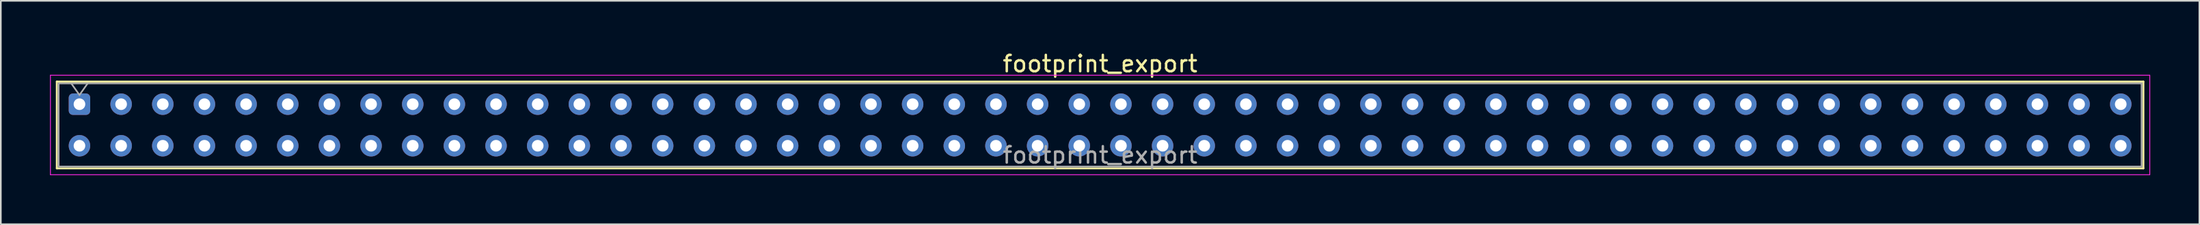
<source format=kicad_pcb>
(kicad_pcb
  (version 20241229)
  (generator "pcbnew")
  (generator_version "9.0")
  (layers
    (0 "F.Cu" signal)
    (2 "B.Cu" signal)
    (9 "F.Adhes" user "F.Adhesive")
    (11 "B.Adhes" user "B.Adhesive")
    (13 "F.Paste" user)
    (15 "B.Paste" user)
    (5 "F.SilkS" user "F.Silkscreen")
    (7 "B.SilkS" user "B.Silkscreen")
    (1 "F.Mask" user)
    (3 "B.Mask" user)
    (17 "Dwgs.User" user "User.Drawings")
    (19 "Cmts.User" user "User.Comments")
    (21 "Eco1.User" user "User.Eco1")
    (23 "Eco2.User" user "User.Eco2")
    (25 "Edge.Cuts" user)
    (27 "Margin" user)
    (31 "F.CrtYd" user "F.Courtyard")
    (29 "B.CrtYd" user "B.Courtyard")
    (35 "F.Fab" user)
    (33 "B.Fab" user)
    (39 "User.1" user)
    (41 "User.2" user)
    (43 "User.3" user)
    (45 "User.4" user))
  (footprint "footprint_export"
    (layer "F.Cu")
    (at 1.795 3.318)
    (property "Reference" "footprint_export" (at 62.23 -2.47 0) (layer "F.SilkS") (effects (font (size 1 1) (thickness 0.15))))
    (attr through_hole)
    (fp_line (start -1.38 -1.38) (end 125.84 -1.38) (stroke (width 0.12) (type solid)) (layer "F.SilkS"))
    (fp_line (start -1.38 3.92) (end -1.38 -1.38) (stroke (width 0.12) (type solid)) (layer "F.SilkS"))
    (fp_line (start 125.84 -1.38) (end 125.84 3.92) (stroke (width 0.12) (type solid)) (layer "F.SilkS"))
    (fp_line (start 125.84 3.92) (end -1.38 3.92) (stroke (width 0.12) (type solid)) (layer "F.SilkS"))
    (fp_line (start -1.77 -1.77) (end 126.23 -1.77) (stroke (width 0.05) (type solid)) (layer "F.CrtYd"))
    (fp_line (start -1.77 4.31) (end -1.77 -1.77) (stroke (width 0.05) (type solid)) (layer "F.CrtYd"))
    (fp_line (start 126.23 -1.77) (end 126.23 4.31) (stroke (width 0.05) (type solid)) (layer "F.CrtYd"))
    (fp_line (start 126.23 4.31) (end -1.77 4.31) (stroke (width 0.05) (type solid)) (layer "F.CrtYd"))
    (fp_line (start -1.27 -1.27) (end 125.73 -1.27) (stroke (width 0.1) (type solid)) (layer "F.Fab"))
    (fp_line (start -1.27 3.81) (end -1.27 -1.27) (stroke (width 0.1) (type solid)) (layer "F.Fab"))
    (fp_line (start -0.5 -1.27) (end 0 -0.563) (stroke (width 0.1) (type solid)) (layer "F.Fab"))
    (fp_line (start 0 -0.563) (end 0.5 -1.27) (stroke (width 0.1) (type solid)) (layer "F.Fab"))
    (fp_line (start 125.73 -1.27) (end 125.73 3.81) (stroke (width 0.1) (type solid)) (layer "F.Fab"))
    (fp_line (start 125.73 3.81) (end -1.27 3.81) (stroke (width 0.1) (type solid)) (layer "F.Fab"))
    (fp_text user "${REFERENCE}" (at 62.23 3.11 0) (layer "F.Fab") (effects (font (size 1 1) (thickness 0.15))))
    (pad "1" thru_hole roundrect (at 0 0) (size 1.31 1.31) (drill 0.71) (layers "*.Cu" "*.Mask") (roundrect_rratio 0.191))
    (pad "2" thru_hole circle (at 0 2.54) (size 1.31 1.31) (drill 0.71) (layers "*.Cu" "*.Mask"))
    (pad "3" thru_hole circle (at 2.54 0) (size 1.31 1.31) (drill 0.71) (layers "*.Cu" "*.Mask"))
    (pad "4" thru_hole circle (at 2.54 2.54) (size 1.31 1.31) (drill 0.71) (layers "*.Cu" "*.Mask"))
    (pad "5" thru_hole circle (at 5.08 0) (size 1.31 1.31) (drill 0.71) (layers "*.Cu" "*.Mask"))
    (pad "6" thru_hole circle (at 5.08 2.54) (size 1.31 1.31) (drill 0.71) (layers "*.Cu" "*.Mask"))
    (pad "7" thru_hole circle (at 7.62 0) (size 1.31 1.31) (drill 0.71) (layers "*.Cu" "*.Mask"))
    (pad "8" thru_hole circle (at 7.62 2.54) (size 1.31 1.31) (drill 0.71) (layers "*.Cu" "*.Mask"))
    (pad "9" thru_hole circle (at 10.16 0) (size 1.31 1.31) (drill 0.71) (layers "*.Cu" "*.Mask"))
    (pad "10" thru_hole circle (at 10.16 2.54) (size 1.31 1.31) (drill 0.71) (layers "*.Cu" "*.Mask"))
    (pad "11" thru_hole circle (at 12.7 0) (size 1.31 1.31) (drill 0.71) (layers "*.Cu" "*.Mask"))
    (pad "12" thru_hole circle (at 12.7 2.54) (size 1.31 1.31) (drill 0.71) (layers "*.Cu" "*.Mask"))
    (pad "13" thru_hole circle (at 15.24 0) (size 1.31 1.31) (drill 0.71) (layers "*.Cu" "*.Mask"))
    (pad "14" thru_hole circle (at 15.24 2.54) (size 1.31 1.31) (drill 0.71) (layers "*.Cu" "*.Mask"))
    (pad "15" thru_hole circle (at 17.78 0) (size 1.31 1.31) (drill 0.71) (layers "*.Cu" "*.Mask"))
    (pad "16" thru_hole circle (at 17.78 2.54) (size 1.31 1.31) (drill 0.71) (layers "*.Cu" "*.Mask"))
    (pad "17" thru_hole circle (at 20.32 0) (size 1.31 1.31) (drill 0.71) (layers "*.Cu" "*.Mask"))
    (pad "18" thru_hole circle (at 20.32 2.54) (size 1.31 1.31) (drill 0.71) (layers "*.Cu" "*.Mask"))
    (pad "19" thru_hole circle (at 22.86 0) (size 1.31 1.31) (drill 0.71) (layers "*.Cu" "*.Mask"))
    (pad "20" thru_hole circle (at 22.86 2.54) (size 1.31 1.31) (drill 0.71) (layers "*.Cu" "*.Mask"))
    (pad "21" thru_hole circle (at 25.4 0) (size 1.31 1.31) (drill 0.71) (layers "*.Cu" "*.Mask"))
    (pad "22" thru_hole circle (at 25.4 2.54) (size 1.31 1.31) (drill 0.71) (layers "*.Cu" "*.Mask"))
    (pad "23" thru_hole circle (at 27.94 0) (size 1.31 1.31) (drill 0.71) (layers "*.Cu" "*.Mask"))
    (pad "24" thru_hole circle (at 27.94 2.54) (size 1.31 1.31) (drill 0.71) (layers "*.Cu" "*.Mask"))
    (pad "25" thru_hole circle (at 30.48 0) (size 1.31 1.31) (drill 0.71) (layers "*.Cu" "*.Mask"))
    (pad "26" thru_hole circle (at 30.48 2.54) (size 1.31 1.31) (drill 0.71) (layers "*.Cu" "*.Mask"))
    (pad "27" thru_hole circle (at 33.02 0) (size 1.31 1.31) (drill 0.71) (layers "*.Cu" "*.Mask"))
    (pad "28" thru_hole circle (at 33.02 2.54) (size 1.31 1.31) (drill 0.71) (layers "*.Cu" "*.Mask"))
    (pad "29" thru_hole circle (at 35.56 0) (size 1.31 1.31) (drill 0.71) (layers "*.Cu" "*.Mask"))
    (pad "30" thru_hole circle (at 35.56 2.54) (size 1.31 1.31) (drill 0.71) (layers "*.Cu" "*.Mask"))
    (pad "31" thru_hole circle (at 38.1 0) (size 1.31 1.31) (drill 0.71) (layers "*.Cu" "*.Mask"))
    (pad "32" thru_hole circle (at 38.1 2.54) (size 1.31 1.31) (drill 0.71) (layers "*.Cu" "*.Mask"))
    (pad "33" thru_hole circle (at 40.64 0) (size 1.31 1.31) (drill 0.71) (layers "*.Cu" "*.Mask"))
    (pad "34" thru_hole circle (at 40.64 2.54) (size 1.31 1.31) (drill 0.71) (layers "*.Cu" "*.Mask"))
    (pad "35" thru_hole circle (at 43.18 0) (size 1.31 1.31) (drill 0.71) (layers "*.Cu" "*.Mask"))
    (pad "36" thru_hole circle (at 43.18 2.54) (size 1.31 1.31) (drill 0.71) (layers "*.Cu" "*.Mask"))
    (pad "37" thru_hole circle (at 45.72 0) (size 1.31 1.31) (drill 0.71) (layers "*.Cu" "*.Mask"))
    (pad "38" thru_hole circle (at 45.72 2.54) (size 1.31 1.31) (drill 0.71) (layers "*.Cu" "*.Mask"))
    (pad "39" thru_hole circle (at 48.26 0) (size 1.31 1.31) (drill 0.71) (layers "*.Cu" "*.Mask"))
    (pad "40" thru_hole circle (at 48.26 2.54) (size 1.31 1.31) (drill 0.71) (layers "*.Cu" "*.Mask"))
    (pad "41" thru_hole circle (at 50.8 0) (size 1.31 1.31) (drill 0.71) (layers "*.Cu" "*.Mask"))
    (pad "42" thru_hole circle (at 50.8 2.54) (size 1.31 1.31) (drill 0.71) (layers "*.Cu" "*.Mask"))
    (pad "43" thru_hole circle (at 53.34 0) (size 1.31 1.31) (drill 0.71) (layers "*.Cu" "*.Mask"))
    (pad "44" thru_hole circle (at 53.34 2.54) (size 1.31 1.31) (drill 0.71) (layers "*.Cu" "*.Mask"))
    (pad "45" thru_hole circle (at 55.88 0) (size 1.31 1.31) (drill 0.71) (layers "*.Cu" "*.Mask"))
    (pad "46" thru_hole circle (at 55.88 2.54) (size 1.31 1.31) (drill 0.71) (layers "*.Cu" "*.Mask"))
    (pad "47" thru_hole circle (at 58.42 0) (size 1.31 1.31) (drill 0.71) (layers "*.Cu" "*.Mask"))
    (pad "48" thru_hole circle (at 58.42 2.54) (size 1.31 1.31) (drill 0.71) (layers "*.Cu" "*.Mask"))
    (pad "49" thru_hole circle (at 60.96 0) (size 1.31 1.31) (drill 0.71) (layers "*.Cu" "*.Mask"))
    (pad "50" thru_hole circle (at 60.96 2.54) (size 1.31 1.31) (drill 0.71) (layers "*.Cu" "*.Mask"))
    (pad "51" thru_hole circle (at 63.5 0) (size 1.31 1.31) (drill 0.71) (layers "*.Cu" "*.Mask"))
    (pad "52" thru_hole circle (at 63.5 2.54) (size 1.31 1.31) (drill 0.71) (layers "*.Cu" "*.Mask"))
    (pad "53" thru_hole circle (at 66.04 0) (size 1.31 1.31) (drill 0.71) (layers "*.Cu" "*.Mask"))
    (pad "54" thru_hole circle (at 66.04 2.54) (size 1.31 1.31) (drill 0.71) (layers "*.Cu" "*.Mask"))
    (pad "55" thru_hole circle (at 68.58 0) (size 1.31 1.31) (drill 0.71) (layers "*.Cu" "*.Mask"))
    (pad "56" thru_hole circle (at 68.58 2.54) (size 1.31 1.31) (drill 0.71) (layers "*.Cu" "*.Mask"))
    (pad "57" thru_hole circle (at 71.12 0) (size 1.31 1.31) (drill 0.71) (layers "*.Cu" "*.Mask"))
    (pad "58" thru_hole circle (at 71.12 2.54) (size 1.31 1.31) (drill 0.71) (layers "*.Cu" "*.Mask"))
    (pad "59" thru_hole circle (at 73.66 0) (size 1.31 1.31) (drill 0.71) (layers "*.Cu" "*.Mask"))
    (pad "60" thru_hole circle (at 73.66 2.54) (size 1.31 1.31) (drill 0.71) (layers "*.Cu" "*.Mask"))
    (pad "61" thru_hole circle (at 76.2 0) (size 1.31 1.31) (drill 0.71) (layers "*.Cu" "*.Mask"))
    (pad "62" thru_hole circle (at 76.2 2.54) (size 1.31 1.31) (drill 0.71) (layers "*.Cu" "*.Mask"))
    (pad "63" thru_hole circle (at 78.74 0) (size 1.31 1.31) (drill 0.71) (layers "*.Cu" "*.Mask"))
    (pad "64" thru_hole circle (at 78.74 2.54) (size 1.31 1.31) (drill 0.71) (layers "*.Cu" "*.Mask"))
    (pad "65" thru_hole circle (at 81.28 0) (size 1.31 1.31) (drill 0.71) (layers "*.Cu" "*.Mask"))
    (pad "66" thru_hole circle (at 81.28 2.54) (size 1.31 1.31) (drill 0.71) (layers "*.Cu" "*.Mask"))
    (pad "67" thru_hole circle (at 83.82 0) (size 1.31 1.31) (drill 0.71) (layers "*.Cu" "*.Mask"))
    (pad "68" thru_hole circle (at 83.82 2.54) (size 1.31 1.31) (drill 0.71) (layers "*.Cu" "*.Mask"))
    (pad "69" thru_hole circle (at 86.36 0) (size 1.31 1.31) (drill 0.71) (layers "*.Cu" "*.Mask"))
    (pad "70" thru_hole circle (at 86.36 2.54) (size 1.31 1.31) (drill 0.71) (layers "*.Cu" "*.Mask"))
    (pad "71" thru_hole circle (at 88.9 0) (size 1.31 1.31) (drill 0.71) (layers "*.Cu" "*.Mask"))
    (pad "72" thru_hole circle (at 88.9 2.54) (size 1.31 1.31) (drill 0.71) (layers "*.Cu" "*.Mask"))
    (pad "73" thru_hole circle (at 91.44 0) (size 1.31 1.31) (drill 0.71) (layers "*.Cu" "*.Mask"))
    (pad "74" thru_hole circle (at 91.44 2.54) (size 1.31 1.31) (drill 0.71) (layers "*.Cu" "*.Mask"))
    (pad "75" thru_hole circle (at 93.98 0) (size 1.31 1.31) (drill 0.71) (layers "*.Cu" "*.Mask"))
    (pad "76" thru_hole circle (at 93.98 2.54) (size 1.31 1.31) (drill 0.71) (layers "*.Cu" "*.Mask"))
    (pad "77" thru_hole circle (at 96.52 0) (size 1.31 1.31) (drill 0.71) (layers "*.Cu" "*.Mask"))
    (pad "78" thru_hole circle (at 96.52 2.54) (size 1.31 1.31) (drill 0.71) (layers "*.Cu" "*.Mask"))
    (pad "79" thru_hole circle (at 99.06 0) (size 1.31 1.31) (drill 0.71) (layers "*.Cu" "*.Mask"))
    (pad "80" thru_hole circle (at 99.06 2.54) (size 1.31 1.31) (drill 0.71) (layers "*.Cu" "*.Mask"))
    (pad "81" thru_hole circle (at 101.6 0) (size 1.31 1.31) (drill 0.71) (layers "*.Cu" "*.Mask"))
    (pad "82" thru_hole circle (at 101.6 2.54) (size 1.31 1.31) (drill 0.71) (layers "*.Cu" "*.Mask"))
    (pad "83" thru_hole circle (at 104.14 0) (size 1.31 1.31) (drill 0.71) (layers "*.Cu" "*.Mask"))
    (pad "84" thru_hole circle (at 104.14 2.54) (size 1.31 1.31) (drill 0.71) (layers "*.Cu" "*.Mask"))
    (pad "85" thru_hole circle (at 106.68 0) (size 1.31 1.31) (drill 0.71) (layers "*.Cu" "*.Mask"))
    (pad "86" thru_hole circle (at 106.68 2.54) (size 1.31 1.31) (drill 0.71) (layers "*.Cu" "*.Mask"))
    (pad "87" thru_hole circle (at 109.22 0) (size 1.31 1.31) (drill 0.71) (layers "*.Cu" "*.Mask"))
    (pad "88" thru_hole circle (at 109.22 2.54) (size 1.31 1.31) (drill 0.71) (layers "*.Cu" "*.Mask"))
    (pad "89" thru_hole circle (at 111.76 0) (size 1.31 1.31) (drill 0.71) (layers "*.Cu" "*.Mask"))
    (pad "90" thru_hole circle (at 111.76 2.54) (size 1.31 1.31) (drill 0.71) (layers "*.Cu" "*.Mask"))
    (pad "91" thru_hole circle (at 114.3 0) (size 1.31 1.31) (drill 0.71) (layers "*.Cu" "*.Mask"))
    (pad "92" thru_hole circle (at 114.3 2.54) (size 1.31 1.31) (drill 0.71) (layers "*.Cu" "*.Mask"))
    (pad "93" thru_hole circle (at 116.84 0) (size 1.31 1.31) (drill 0.71) (layers "*.Cu" "*.Mask"))
    (pad "94" thru_hole circle (at 116.84 2.54) (size 1.31 1.31) (drill 0.71) (layers "*.Cu" "*.Mask"))
    (pad "95" thru_hole circle (at 119.38 0) (size 1.31 1.31) (drill 0.71) (layers "*.Cu" "*.Mask"))
    (pad "96" thru_hole circle (at 119.38 2.54) (size 1.31 1.31) (drill 0.71) (layers "*.Cu" "*.Mask"))
    (pad "97" thru_hole circle (at 121.92 0) (size 1.31 1.31) (drill 0.71) (layers "*.Cu" "*.Mask"))
    (pad "98" thru_hole circle (at 121.92 2.54) (size 1.31 1.31) (drill 0.71) (layers "*.Cu" "*.Mask"))
    (pad "99" thru_hole circle (at 124.46 0) (size 1.31 1.31) (drill 0.71) (layers "*.Cu" "*.Mask"))
    (pad "100" thru_hole circle (at 124.46 2.54) (size 1.31 1.31) (drill 0.71) (layers "*.Cu" "*.Mask")))
  (gr_rect
    (start -3 -3)
    (end 131.05 10.653)
    (stroke (width 0.1) (type default))
    (fill no)
    (layer "Edge.Cuts")))
</source>
